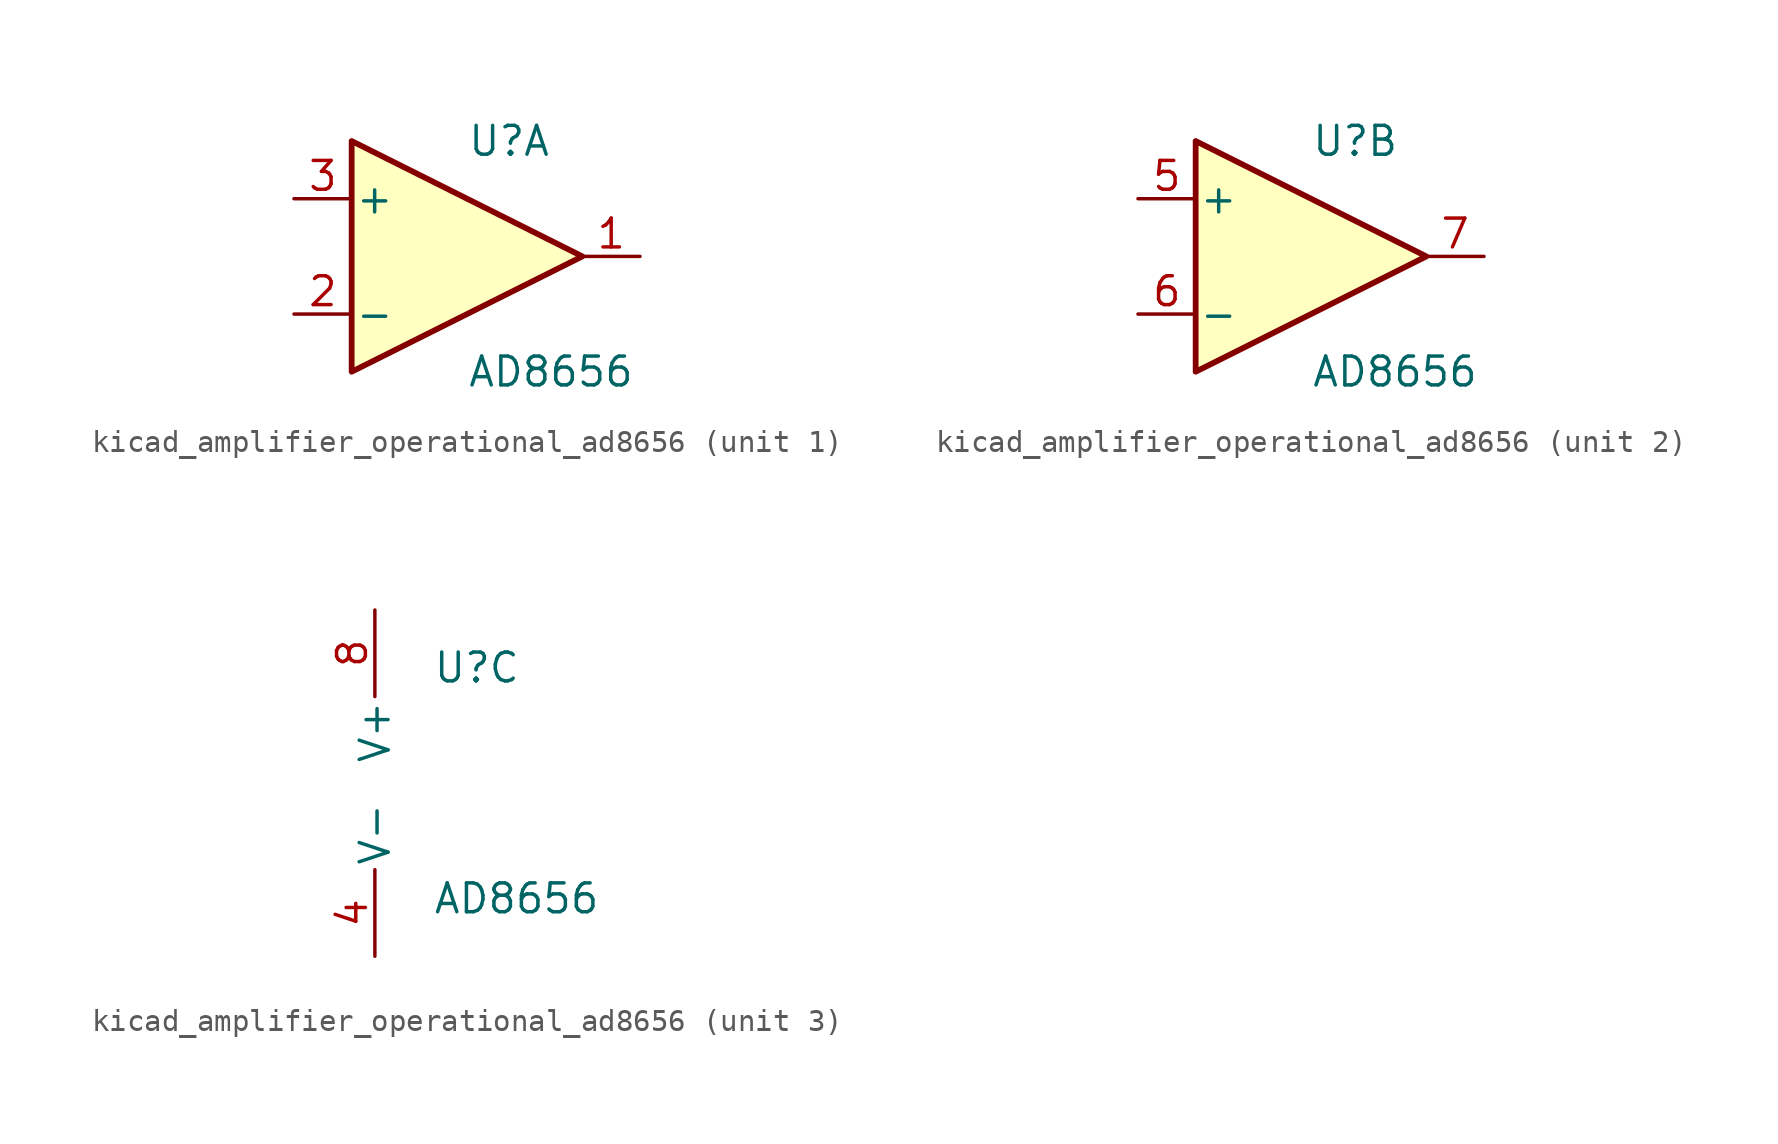
<source format=kicad_sym>
(kicad_symbol_lib
  (version 20220914)
  (generator kicad_symbol_editor)
  (symbol "kicad_amplifier_operational_ad8656"
    (pin_names
      (offset 0.127))
    (property "Reference" "U"
      (at 0 5.08 0)
      (effects (font (size 1.27 1.27)) (justify left)))
    (property "Value" "AD8656"
      (at 0 -5.08 0)
      (effects (font (size 1.27 1.27)) (justify left)))
    (property "ki_locked" ""
      (at 0 0 0)
      (effects (font (size 1.27 1.27))))
    (symbol "kicad_amplifier_operational_ad8656_1_1"
      (polyline (pts (xy -5.08 5.08) (xy 5.08 0) (xy -5.08 -5.08) (xy -5.08 5.08)) (stroke (width 0.254) (type default)) (fill (type background)))
      (pin output line (at 7.62 0 180) (length 2.54) (name "~" (effects (font (size 1.27 1.27)))) (number "1" (effects (font (size 1.27 1.27)))))
      (pin input line (at -7.62 -2.54 0) (length 2.54) (name "-" (effects (font (size 1.27 1.27)))) (number "2" (effects (font (size 1.27 1.27)))))
      (pin input line (at -7.62 2.54 0) (length 2.54) (name "+" (effects (font (size 1.27 1.27)))) (number "3" (effects (font (size 1.27 1.27))))))
    (symbol "kicad_amplifier_operational_ad8656_2_1"
      (polyline (pts (xy -5.08 5.08) (xy 5.08 0) (xy -5.08 -5.08) (xy -5.08 5.08)) (stroke (width 0.254) (type default)) (fill (type background)))
      (pin input line (at -7.62 2.54 0) (length 2.54) (name "+" (effects (font (size 1.27 1.27)))) (number "5" (effects (font (size 1.27 1.27)))))
      (pin input line (at -7.62 -2.54 0) (length 2.54) (name "-" (effects (font (size 1.27 1.27)))) (number "6" (effects (font (size 1.27 1.27)))))
      (pin output line (at 7.62 0 180) (length 2.54) (name "~" (effects (font (size 1.27 1.27)))) (number "7" (effects (font (size 1.27 1.27))))))
    (symbol "kicad_amplifier_operational_ad8656_3_1"
      (pin power_in line (at -2.54 -7.62 90) (length 3.81) (name "V-" (effects (font (size 1.27 1.27)))) (number "4" (effects (font (size 1.27 1.27)))))
      (pin power_in line (at -2.54 7.62 270) (length 3.81) (name "V+" (effects (font (size 1.27 1.27)))) (number "8" (effects (font (size 1.27 1.27))))))))
</source>
